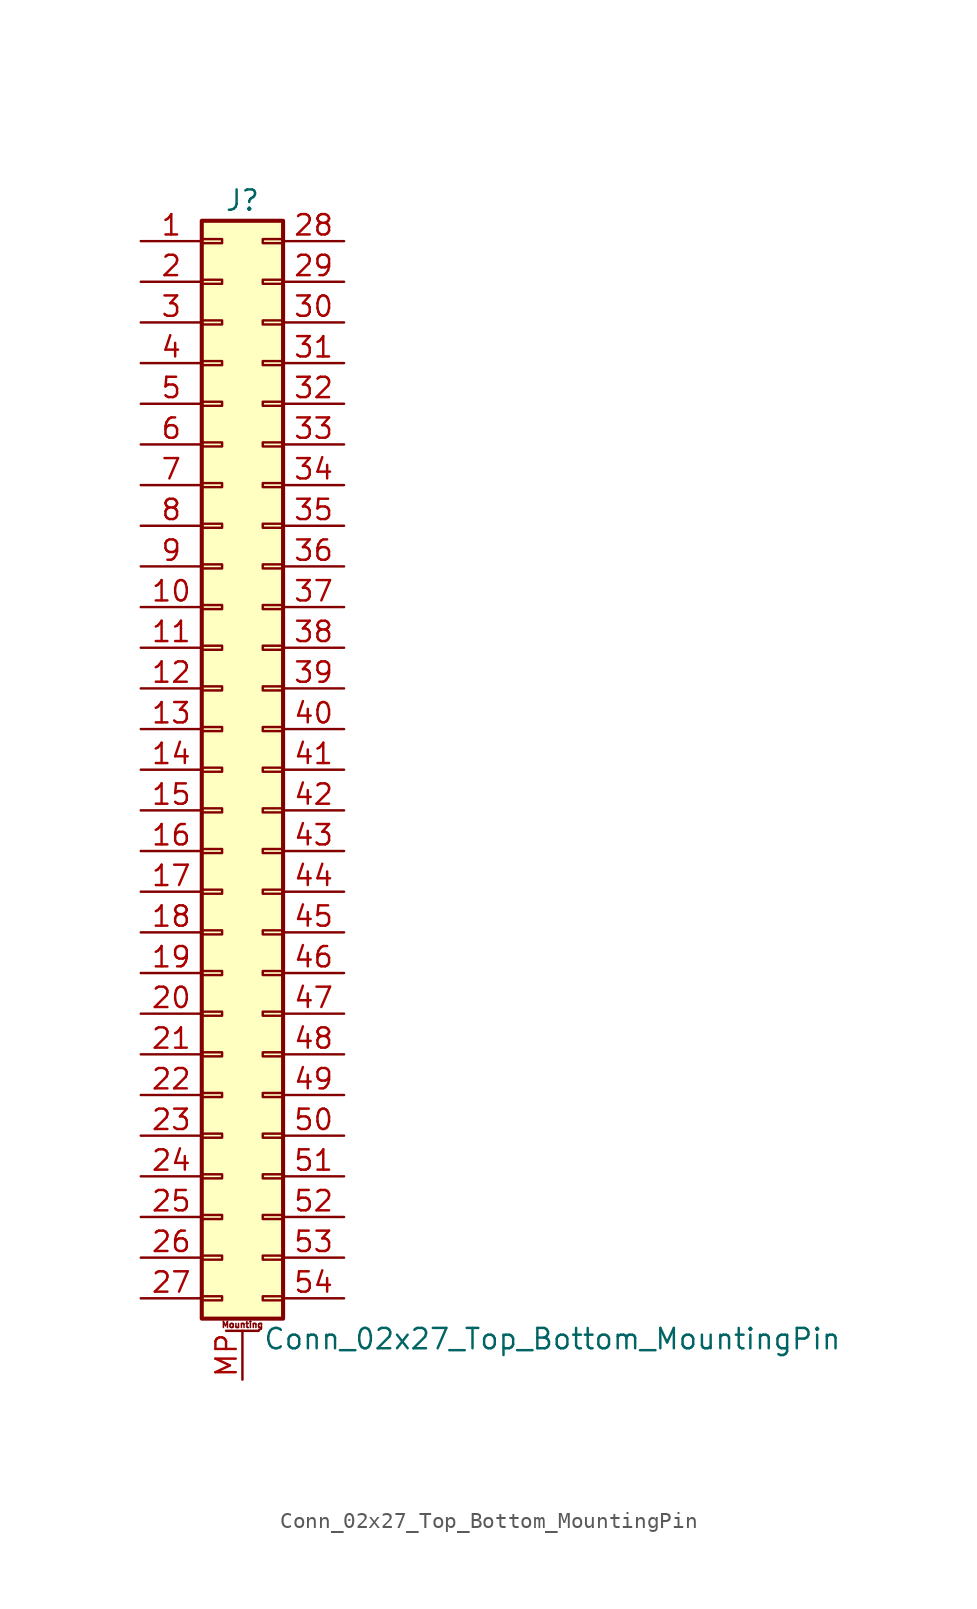
<source format=kicad_sym>
(kicad_symbol_lib
  (version 20211014)
  (generator kicad_symbol_editor)
  (symbol "Conn_02x27_Top_Bottom_MountingPin"
    (pin_names
      (offset 1.016) hide)
    (property "Reference" "J"
      (at 1.27 35.56 0)
      (effects (font (size 1.27 1.27))))
    (property "Value" "Conn_02x27_Top_Bottom_MountingPin"
      (at 2.54 -35.56 0)
      (effects (font (size 1.27 1.27)) (justify left)))
    (symbol "Conn_02x27_Top_Bottom_MountingPin_1_1"
      (rectangle (start -1.27 -32.893) (end 0 -33.147) (stroke (width 0.152) (type default) (color 0 0 0 0)) (fill (type none)))
      (rectangle (start -1.27 -30.353) (end 0 -30.607) (stroke (width 0.152) (type default) (color 0 0 0 0)) (fill (type none)))
      (rectangle (start -1.27 -27.813) (end 0 -28.067) (stroke (width 0.152) (type default) (color 0 0 0 0)) (fill (type none)))
      (rectangle (start -1.27 -25.273) (end 0 -25.527) (stroke (width 0.152) (type default) (color 0 0 0 0)) (fill (type none)))
      (rectangle (start -1.27 -22.733) (end 0 -22.987) (stroke (width 0.152) (type default) (color 0 0 0 0)) (fill (type none)))
      (rectangle (start -1.27 -20.193) (end 0 -20.447) (stroke (width 0.152) (type default) (color 0 0 0 0)) (fill (type none)))
      (rectangle (start -1.27 -17.653) (end 0 -17.907) (stroke (width 0.152) (type default) (color 0 0 0 0)) (fill (type none)))
      (rectangle (start -1.27 -15.113) (end 0 -15.367) (stroke (width 0.152) (type default) (color 0 0 0 0)) (fill (type none)))
      (rectangle (start -1.27 -12.573) (end 0 -12.827) (stroke (width 0.152) (type default) (color 0 0 0 0)) (fill (type none)))
      (rectangle (start -1.27 -10.033) (end 0 -10.287) (stroke (width 0.152) (type default) (color 0 0 0 0)) (fill (type none)))
      (rectangle (start -1.27 -7.493) (end 0 -7.747) (stroke (width 0.152) (type default) (color 0 0 0 0)) (fill (type none)))
      (rectangle (start -1.27 -4.953) (end 0 -5.207) (stroke (width 0.152) (type default) (color 0 0 0 0)) (fill (type none)))
      (rectangle (start -1.27 -2.413) (end 0 -2.667) (stroke (width 0.152) (type default) (color 0 0 0 0)) (fill (type none)))
      (rectangle (start -1.27 0.127) (end 0 -0.127) (stroke (width 0.152) (type default) (color 0 0 0 0)) (fill (type none)))
      (rectangle (start -1.27 2.667) (end 0 2.413) (stroke (width 0.152) (type default) (color 0 0 0 0)) (fill (type none)))
      (rectangle (start -1.27 5.207) (end 0 4.953) (stroke (width 0.152) (type default) (color 0 0 0 0)) (fill (type none)))
      (rectangle (start -1.27 7.747) (end 0 7.493) (stroke (width 0.152) (type default) (color 0 0 0 0)) (fill (type none)))
      (rectangle (start -1.27 10.287) (end 0 10.033) (stroke (width 0.152) (type default) (color 0 0 0 0)) (fill (type none)))
      (rectangle (start -1.27 12.827) (end 0 12.573) (stroke (width 0.152) (type default) (color 0 0 0 0)) (fill (type none)))
      (rectangle (start -1.27 15.367) (end 0 15.113) (stroke (width 0.152) (type default) (color 0 0 0 0)) (fill (type none)))
      (rectangle (start -1.27 17.907) (end 0 17.653) (stroke (width 0.152) (type default) (color 0 0 0 0)) (fill (type none)))
      (rectangle (start -1.27 20.447) (end 0 20.193) (stroke (width 0.152) (type default) (color 0 0 0 0)) (fill (type none)))
      (rectangle (start -1.27 22.987) (end 0 22.733) (stroke (width 0.152) (type default) (color 0 0 0 0)) (fill (type none)))
      (rectangle (start -1.27 25.527) (end 0 25.273) (stroke (width 0.152) (type default) (color 0 0 0 0)) (fill (type none)))
      (rectangle (start -1.27 28.067) (end 0 27.813) (stroke (width 0.152) (type default) (color 0 0 0 0)) (fill (type none)))
      (rectangle (start -1.27 30.607) (end 0 30.353) (stroke (width 0.152) (type default) (color 0 0 0 0)) (fill (type none)))
      (rectangle (start -1.27 33.147) (end 0 32.893) (stroke (width 0.152) (type default) (color 0 0 0 0)) (fill (type none)))
      (rectangle (start -1.27 34.29) (end 3.81 -34.29) (stroke (width 0.254) (type default) (color 0 0 0 0)) (fill (type background)))
      (polyline (pts (xy 0.254 -35.052) (xy 2.286 -35.052)) (stroke (width 0.152) (type default) (color 0 0 0 0)) (fill (type none)))
      (rectangle (start 3.81 -32.893) (end 2.54 -33.147) (stroke (width 0.152) (type default) (color 0 0 0 0)) (fill (type none)))
      (rectangle (start 3.81 -30.353) (end 2.54 -30.607) (stroke (width 0.152) (type default) (color 0 0 0 0)) (fill (type none)))
      (rectangle (start 3.81 -27.813) (end 2.54 -28.067) (stroke (width 0.152) (type default) (color 0 0 0 0)) (fill (type none)))
      (rectangle (start 3.81 -25.273) (end 2.54 -25.527) (stroke (width 0.152) (type default) (color 0 0 0 0)) (fill (type none)))
      (rectangle (start 3.81 -22.733) (end 2.54 -22.987) (stroke (width 0.152) (type default) (color 0 0 0 0)) (fill (type none)))
      (rectangle (start 3.81 -20.193) (end 2.54 -20.447) (stroke (width 0.152) (type default) (color 0 0 0 0)) (fill (type none)))
      (rectangle (start 3.81 -17.653) (end 2.54 -17.907) (stroke (width 0.152) (type default) (color 0 0 0 0)) (fill (type none)))
      (rectangle (start 3.81 -15.113) (end 2.54 -15.367) (stroke (width 0.152) (type default) (color 0 0 0 0)) (fill (type none)))
      (rectangle (start 3.81 -12.573) (end 2.54 -12.827) (stroke (width 0.152) (type default) (color 0 0 0 0)) (fill (type none)))
      (rectangle (start 3.81 -10.033) (end 2.54 -10.287) (stroke (width 0.152) (type default) (color 0 0 0 0)) (fill (type none)))
      (rectangle (start 3.81 -7.493) (end 2.54 -7.747) (stroke (width 0.152) (type default) (color 0 0 0 0)) (fill (type none)))
      (rectangle (start 3.81 -4.953) (end 2.54 -5.207) (stroke (width 0.152) (type default) (color 0 0 0 0)) (fill (type none)))
      (rectangle (start 3.81 -2.413) (end 2.54 -2.667) (stroke (width 0.152) (type default) (color 0 0 0 0)) (fill (type none)))
      (rectangle (start 3.81 0.127) (end 2.54 -0.127) (stroke (width 0.152) (type default) (color 0 0 0 0)) (fill (type none)))
      (rectangle (start 3.81 2.667) (end 2.54 2.413) (stroke (width 0.152) (type default) (color 0 0 0 0)) (fill (type none)))
      (rectangle (start 3.81 5.207) (end 2.54 4.953) (stroke (width 0.152) (type default) (color 0 0 0 0)) (fill (type none)))
      (rectangle (start 3.81 7.747) (end 2.54 7.493) (stroke (width 0.152) (type default) (color 0 0 0 0)) (fill (type none)))
      (rectangle (start 3.81 10.287) (end 2.54 10.033) (stroke (width 0.152) (type default) (color 0 0 0 0)) (fill (type none)))
      (rectangle (start 3.81 12.827) (end 2.54 12.573) (stroke (width 0.152) (type default) (color 0 0 0 0)) (fill (type none)))
      (rectangle (start 3.81 15.367) (end 2.54 15.113) (stroke (width 0.152) (type default) (color 0 0 0 0)) (fill (type none)))
      (rectangle (start 3.81 17.907) (end 2.54 17.653) (stroke (width 0.152) (type default) (color 0 0 0 0)) (fill (type none)))
      (rectangle (start 3.81 20.447) (end 2.54 20.193) (stroke (width 0.152) (type default) (color 0 0 0 0)) (fill (type none)))
      (rectangle (start 3.81 22.987) (end 2.54 22.733) (stroke (width 0.152) (type default) (color 0 0 0 0)) (fill (type none)))
      (rectangle (start 3.81 25.527) (end 2.54 25.273) (stroke (width 0.152) (type default) (color 0 0 0 0)) (fill (type none)))
      (rectangle (start 3.81 28.067) (end 2.54 27.813) (stroke (width 0.152) (type default) (color 0 0 0 0)) (fill (type none)))
      (rectangle (start 3.81 30.607) (end 2.54 30.353) (stroke (width 0.152) (type default) (color 0 0 0 0)) (fill (type none)))
      (rectangle (start 3.81 33.147) (end 2.54 32.893) (stroke (width 0.152) (type default) (color 0 0 0 0)) (fill (type none)))
      (text "Mounting" (at 1.27 -34.671 0) (effects (font (size 0.381 0.381))))
      (pin passive line (at -5.08 33.02 0) (length 3.81) (name "Pin_1" (effects (font (size 1.27 1.27)))) (number "1" (effects (font (size 1.27 1.27)))))
      (pin passive line (at -5.08 10.16 0) (length 3.81) (name "Pin_10" (effects (font (size 1.27 1.27)))) (number "10" (effects (font (size 1.27 1.27)))))
      (pin passive line (at -5.08 7.62 0) (length 3.81) (name "Pin_11" (effects (font (size 1.27 1.27)))) (number "11" (effects (font (size 1.27 1.27)))))
      (pin passive line (at -5.08 5.08 0) (length 3.81) (name "Pin_12" (effects (font (size 1.27 1.27)))) (number "12" (effects (font (size 1.27 1.27)))))
      (pin passive line (at -5.08 2.54 0) (length 3.81) (name "Pin_13" (effects (font (size 1.27 1.27)))) (number "13" (effects (font (size 1.27 1.27)))))
      (pin passive line (at -5.08 0 0) (length 3.81) (name "Pin_14" (effects (font (size 1.27 1.27)))) (number "14" (effects (font (size 1.27 1.27)))))
      (pin passive line (at -5.08 -2.54 0) (length 3.81) (name "Pin_15" (effects (font (size 1.27 1.27)))) (number "15" (effects (font (size 1.27 1.27)))))
      (pin passive line (at -5.08 -5.08 0) (length 3.81) (name "Pin_16" (effects (font (size 1.27 1.27)))) (number "16" (effects (font (size 1.27 1.27)))))
      (pin passive line (at -5.08 -7.62 0) (length 3.81) (name "Pin_17" (effects (font (size 1.27 1.27)))) (number "17" (effects (font (size 1.27 1.27)))))
      (pin passive line (at -5.08 -10.16 0) (length 3.81) (name "Pin_18" (effects (font (size 1.27 1.27)))) (number "18" (effects (font (size 1.27 1.27)))))
      (pin passive line (at -5.08 -12.7 0) (length 3.81) (name "Pin_19" (effects (font (size 1.27 1.27)))) (number "19" (effects (font (size 1.27 1.27)))))
      (pin passive line (at -5.08 30.48 0) (length 3.81) (name "Pin_2" (effects (font (size 1.27 1.27)))) (number "2" (effects (font (size 1.27 1.27)))))
      (pin passive line (at -5.08 -15.24 0) (length 3.81) (name "Pin_20" (effects (font (size 1.27 1.27)))) (number "20" (effects (font (size 1.27 1.27)))))
      (pin passive line (at -5.08 -17.78 0) (length 3.81) (name "Pin_21" (effects (font (size 1.27 1.27)))) (number "21" (effects (font (size 1.27 1.27)))))
      (pin passive line (at -5.08 -20.32 0) (length 3.81) (name "Pin_22" (effects (font (size 1.27 1.27)))) (number "22" (effects (font (size 1.27 1.27)))))
      (pin passive line (at -5.08 -22.86 0) (length 3.81) (name "Pin_23" (effects (font (size 1.27 1.27)))) (number "23" (effects (font (size 1.27 1.27)))))
      (pin passive line (at -5.08 -25.4 0) (length 3.81) (name "Pin_24" (effects (font (size 1.27 1.27)))) (number "24" (effects (font (size 1.27 1.27)))))
      (pin passive line (at -5.08 -27.94 0) (length 3.81) (name "Pin_25" (effects (font (size 1.27 1.27)))) (number "25" (effects (font (size 1.27 1.27)))))
      (pin passive line (at -5.08 -30.48 0) (length 3.81) (name "Pin_26" (effects (font (size 1.27 1.27)))) (number "26" (effects (font (size 1.27 1.27)))))
      (pin passive line (at -5.08 -33.02 0) (length 3.81) (name "Pin_27" (effects (font (size 1.27 1.27)))) (number "27" (effects (font (size 1.27 1.27)))))
      (pin passive line (at 7.62 33.02 180) (length 3.81) (name "Pin_28" (effects (font (size 1.27 1.27)))) (number "28" (effects (font (size 1.27 1.27)))))
      (pin passive line (at 7.62 30.48 180) (length 3.81) (name "Pin_29" (effects (font (size 1.27 1.27)))) (number "29" (effects (font (size 1.27 1.27)))))
      (pin passive line (at -5.08 27.94 0) (length 3.81) (name "Pin_3" (effects (font (size 1.27 1.27)))) (number "3" (effects (font (size 1.27 1.27)))))
      (pin passive line (at 7.62 27.94 180) (length 3.81) (name "Pin_30" (effects (font (size 1.27 1.27)))) (number "30" (effects (font (size 1.27 1.27)))))
      (pin passive line (at 7.62 25.4 180) (length 3.81) (name "Pin_31" (effects (font (size 1.27 1.27)))) (number "31" (effects (font (size 1.27 1.27)))))
      (pin passive line (at 7.62 22.86 180) (length 3.81) (name "Pin_32" (effects (font (size 1.27 1.27)))) (number "32" (effects (font (size 1.27 1.27)))))
      (pin passive line (at 7.62 20.32 180) (length 3.81) (name "Pin_33" (effects (font (size 1.27 1.27)))) (number "33" (effects (font (size 1.27 1.27)))))
      (pin passive line (at 7.62 17.78 180) (length 3.81) (name "Pin_34" (effects (font (size 1.27 1.27)))) (number "34" (effects (font (size 1.27 1.27)))))
      (pin passive line (at 7.62 15.24 180) (length 3.81) (name "Pin_35" (effects (font (size 1.27 1.27)))) (number "35" (effects (font (size 1.27 1.27)))))
      (pin passive line (at 7.62 12.7 180) (length 3.81) (name "Pin_36" (effects (font (size 1.27 1.27)))) (number "36" (effects (font (size 1.27 1.27)))))
      (pin passive line (at 7.62 10.16 180) (length 3.81) (name "Pin_37" (effects (font (size 1.27 1.27)))) (number "37" (effects (font (size 1.27 1.27)))))
      (pin passive line (at 7.62 7.62 180) (length 3.81) (name "Pin_38" (effects (font (size 1.27 1.27)))) (number "38" (effects (font (size 1.27 1.27)))))
      (pin passive line (at 7.62 5.08 180) (length 3.81) (name "Pin_39" (effects (font (size 1.27 1.27)))) (number "39" (effects (font (size 1.27 1.27)))))
      (pin passive line (at -5.08 25.4 0) (length 3.81) (name "Pin_4" (effects (font (size 1.27 1.27)))) (number "4" (effects (font (size 1.27 1.27)))))
      (pin passive line (at 7.62 2.54 180) (length 3.81) (name "Pin_40" (effects (font (size 1.27 1.27)))) (number "40" (effects (font (size 1.27 1.27)))))
      (pin passive line (at 7.62 0 180) (length 3.81) (name "Pin_41" (effects (font (size 1.27 1.27)))) (number "41" (effects (font (size 1.27 1.27)))))
      (pin passive line (at 7.62 -2.54 180) (length 3.81) (name "Pin_42" (effects (font (size 1.27 1.27)))) (number "42" (effects (font (size 1.27 1.27)))))
      (pin passive line (at 7.62 -5.08 180) (length 3.81) (name "Pin_43" (effects (font (size 1.27 1.27)))) (number "43" (effects (font (size 1.27 1.27)))))
      (pin passive line (at 7.62 -7.62 180) (length 3.81) (name "Pin_44" (effects (font (size 1.27 1.27)))) (number "44" (effects (font (size 1.27 1.27)))))
      (pin passive line (at 7.62 -10.16 180) (length 3.81) (name "Pin_45" (effects (font (size 1.27 1.27)))) (number "45" (effects (font (size 1.27 1.27)))))
      (pin passive line (at 7.62 -12.7 180) (length 3.81) (name "Pin_46" (effects (font (size 1.27 1.27)))) (number "46" (effects (font (size 1.27 1.27)))))
      (pin passive line (at 7.62 -15.24 180) (length 3.81) (name "Pin_47" (effects (font (size 1.27 1.27)))) (number "47" (effects (font (size 1.27 1.27)))))
      (pin passive line (at 7.62 -17.78 180) (length 3.81) (name "Pin_48" (effects (font (size 1.27 1.27)))) (number "48" (effects (font (size 1.27 1.27)))))
      (pin passive line (at 7.62 -20.32 180) (length 3.81) (name "Pin_49" (effects (font (size 1.27 1.27)))) (number "49" (effects (font (size 1.27 1.27)))))
      (pin passive line (at -5.08 22.86 0) (length 3.81) (name "Pin_5" (effects (font (size 1.27 1.27)))) (number "5" (effects (font (size 1.27 1.27)))))
      (pin passive line (at 7.62 -22.86 180) (length 3.81) (name "Pin_50" (effects (font (size 1.27 1.27)))) (number "50" (effects (font (size 1.27 1.27)))))
      (pin passive line (at 7.62 -25.4 180) (length 3.81) (name "Pin_51" (effects (font (size 1.27 1.27)))) (number "51" (effects (font (size 1.27 1.27)))))
      (pin passive line (at 7.62 -27.94 180) (length 3.81) (name "Pin_52" (effects (font (size 1.27 1.27)))) (number "52" (effects (font (size 1.27 1.27)))))
      (pin passive line (at 7.62 -30.48 180) (length 3.81) (name "Pin_53" (effects (font (size 1.27 1.27)))) (number "53" (effects (font (size 1.27 1.27)))))
      (pin passive line (at 7.62 -33.02 180) (length 3.81) (name "Pin_54" (effects (font (size 1.27 1.27)))) (number "54" (effects (font (size 1.27 1.27)))))
      (pin passive line (at -5.08 20.32 0) (length 3.81) (name "Pin_6" (effects (font (size 1.27 1.27)))) (number "6" (effects (font (size 1.27 1.27)))))
      (pin passive line (at -5.08 17.78 0) (length 3.81) (name "Pin_7" (effects (font (size 1.27 1.27)))) (number "7" (effects (font (size 1.27 1.27)))))
      (pin passive line (at -5.08 15.24 0) (length 3.81) (name "Pin_8" (effects (font (size 1.27 1.27)))) (number "8" (effects (font (size 1.27 1.27)))))
      (pin passive line (at -5.08 12.7 0) (length 3.81) (name "Pin_9" (effects (font (size 1.27 1.27)))) (number "9" (effects (font (size 1.27 1.27)))))
      (pin passive line (at 1.27 -38.1 90) (length 3.048) (name "MountPin" (effects (font (size 1.27 1.27)))) (number "MP" (effects (font (size 1.27 1.27))))))))
</source>
